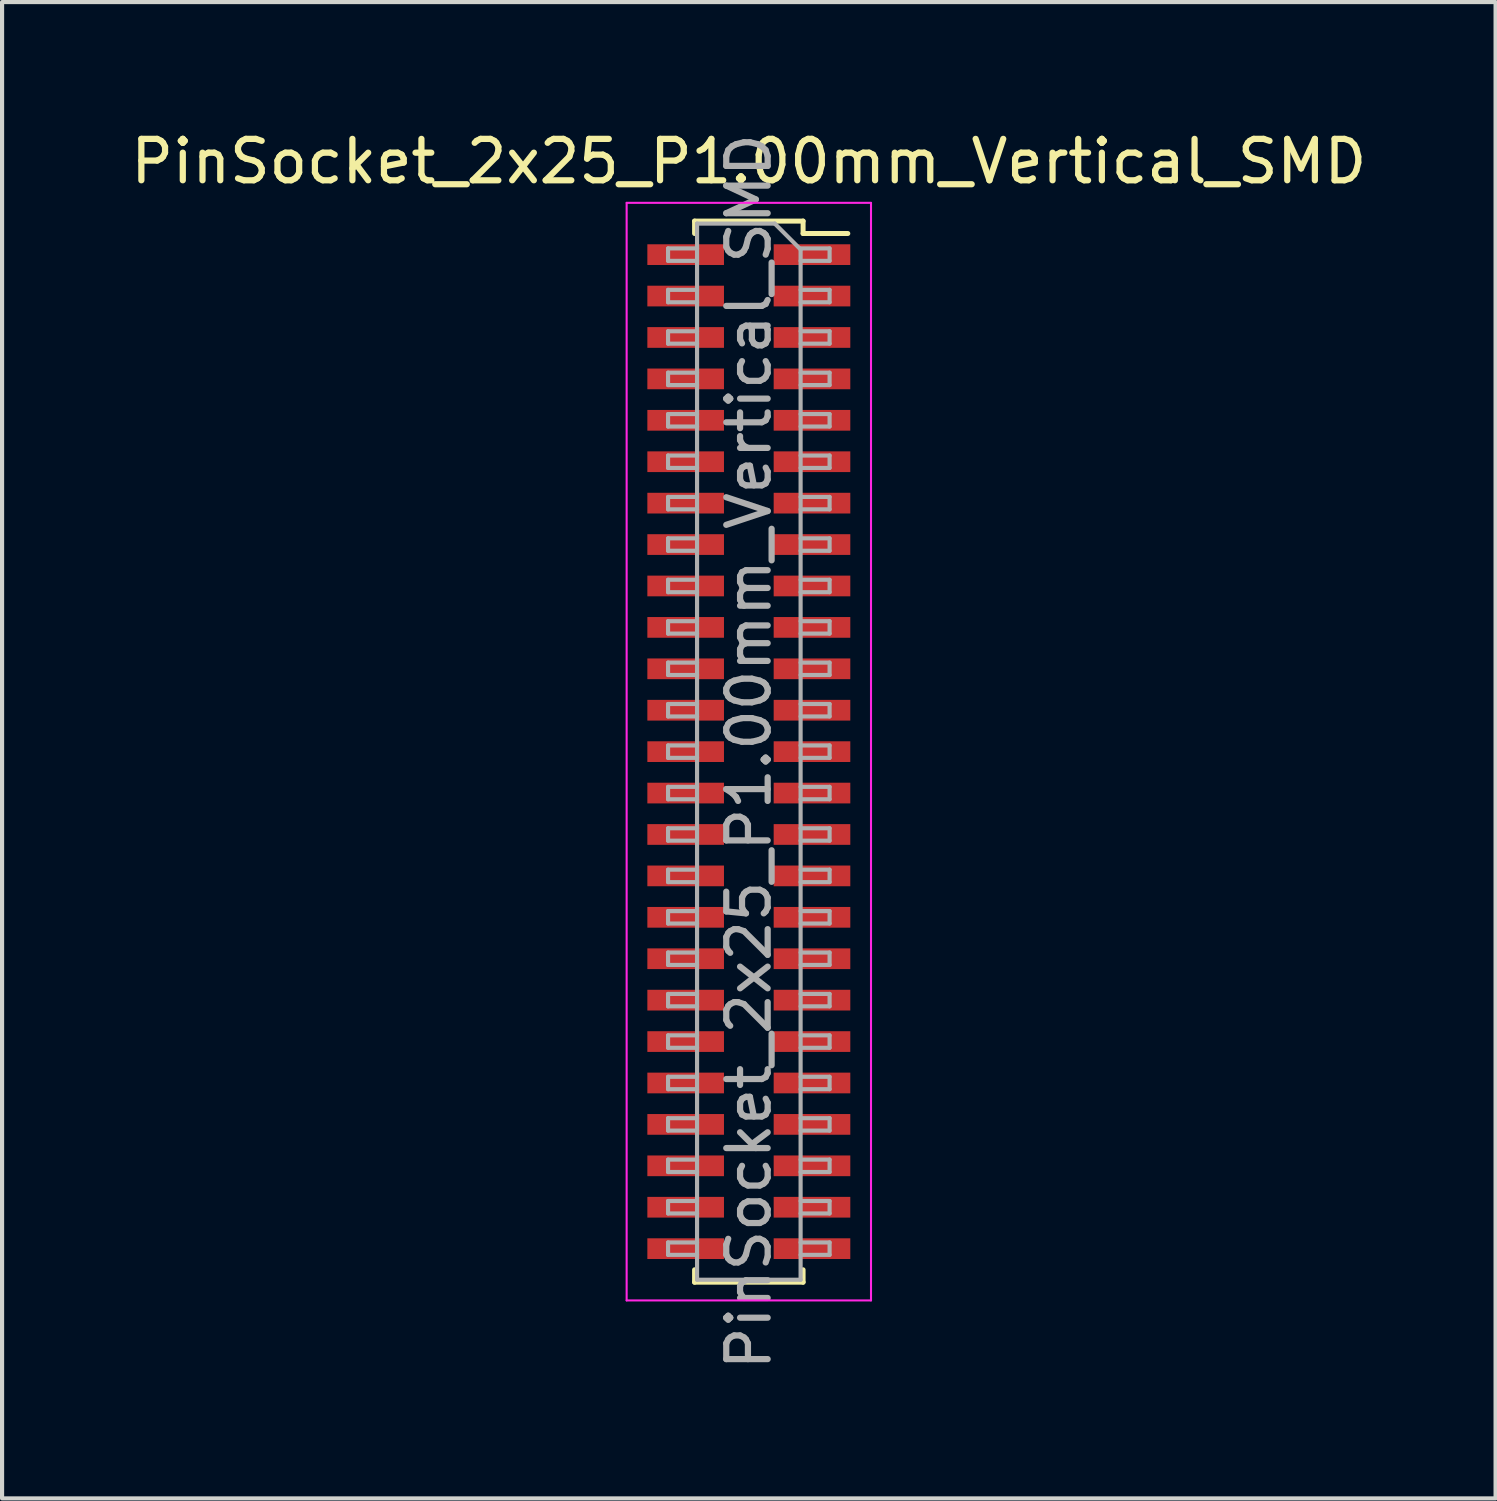
<source format=kicad_pcb>
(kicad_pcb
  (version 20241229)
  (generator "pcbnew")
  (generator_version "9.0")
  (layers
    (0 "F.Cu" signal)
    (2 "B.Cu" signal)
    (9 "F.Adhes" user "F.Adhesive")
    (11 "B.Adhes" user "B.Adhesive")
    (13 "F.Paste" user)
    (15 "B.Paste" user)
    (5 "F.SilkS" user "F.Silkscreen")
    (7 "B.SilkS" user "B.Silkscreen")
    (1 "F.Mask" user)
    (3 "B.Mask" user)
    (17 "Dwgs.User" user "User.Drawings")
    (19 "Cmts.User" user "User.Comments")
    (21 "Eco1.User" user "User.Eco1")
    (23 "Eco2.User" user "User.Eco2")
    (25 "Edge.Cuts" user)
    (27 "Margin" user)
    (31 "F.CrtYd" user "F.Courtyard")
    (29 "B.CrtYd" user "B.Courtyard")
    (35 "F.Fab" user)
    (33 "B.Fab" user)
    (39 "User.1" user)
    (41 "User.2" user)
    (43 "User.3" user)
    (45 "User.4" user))
  (footprint "PinSocket_2x25_P1.00mm_Vertical_SMD"
    (layer "F.Cu")
    (at 15.03 15.098)
    (property "Reference" "PinSocket_2x25_P1.00mm_Vertical_SMD" (at 0 -14.25 0) (layer "F.SilkS") (effects (font (size 1 1) (thickness 0.15))))
    (attr smd)
    (fp_line (start -1.31 -12.81) (end -1.31 -12.51) (stroke (width 0.12) (type solid)) (layer "F.SilkS"))
    (fp_line (start -1.31 -12.81) (end 1.31 -12.81) (stroke (width 0.12) (type solid)) (layer "F.SilkS"))
    (fp_line (start -1.31 12.51) (end -1.31 12.81) (stroke (width 0.12) (type solid)) (layer "F.SilkS"))
    (fp_line (start -1.31 12.81) (end 1.31 12.81) (stroke (width 0.12) (type solid)) (layer "F.SilkS"))
    (fp_line (start 1.31 -12.81) (end 1.31 -12.51) (stroke (width 0.12) (type solid)) (layer "F.SilkS"))
    (fp_line (start 1.31 -12.51) (end 2.39 -12.51) (stroke (width 0.12) (type solid)) (layer "F.SilkS"))
    (fp_line (start 1.31 12.51) (end 1.31 12.81) (stroke (width 0.12) (type solid)) (layer "F.SilkS"))
    (fp_line (start -2.95 -13.25) (end 2.95 -13.25) (stroke (width 0.05) (type solid)) (layer "F.CrtYd"))
    (fp_line (start -2.95 13.25) (end -2.95 -13.25) (stroke (width 0.05) (type solid)) (layer "F.CrtYd"))
    (fp_line (start 2.95 -13.25) (end 2.95 13.25) (stroke (width 0.05) (type solid)) (layer "F.CrtYd"))
    (fp_line (start 2.95 13.25) (end -2.95 13.25) (stroke (width 0.05) (type solid)) (layer "F.CrtYd"))
    (fp_line (start -1.95 -12.15) (end -1.25 -12.15) (stroke (width 0.1) (type solid)) (layer "F.Fab"))
    (fp_line (start -1.95 -11.85) (end -1.95 -12.15) (stroke (width 0.1) (type solid)) (layer "F.Fab"))
    (fp_line (start -1.95 -11.15) (end -1.25 -11.15) (stroke (width 0.1) (type solid)) (layer "F.Fab"))
    (fp_line (start -1.95 -10.85) (end -1.95 -11.15) (stroke (width 0.1) (type solid)) (layer "F.Fab"))
    (fp_line (start -1.95 -10.15) (end -1.25 -10.15) (stroke (width 0.1) (type solid)) (layer "F.Fab"))
    (fp_line (start -1.95 -9.85) (end -1.95 -10.15) (stroke (width 0.1) (type solid)) (layer "F.Fab"))
    (fp_line (start -1.95 -9.15) (end -1.25 -9.15) (stroke (width 0.1) (type solid)) (layer "F.Fab"))
    (fp_line (start -1.95 -8.85) (end -1.95 -9.15) (stroke (width 0.1) (type solid)) (layer "F.Fab"))
    (fp_line (start -1.95 -8.15) (end -1.25 -8.15) (stroke (width 0.1) (type solid)) (layer "F.Fab"))
    (fp_line (start -1.95 -7.85) (end -1.95 -8.15) (stroke (width 0.1) (type solid)) (layer "F.Fab"))
    (fp_line (start -1.95 -7.15) (end -1.25 -7.15) (stroke (width 0.1) (type solid)) (layer "F.Fab"))
    (fp_line (start -1.95 -6.85) (end -1.95 -7.15) (stroke (width 0.1) (type solid)) (layer "F.Fab"))
    (fp_line (start -1.95 -6.15) (end -1.25 -6.15) (stroke (width 0.1) (type solid)) (layer "F.Fab"))
    (fp_line (start -1.95 -5.85) (end -1.95 -6.15) (stroke (width 0.1) (type solid)) (layer "F.Fab"))
    (fp_line (start -1.95 -5.15) (end -1.25 -5.15) (stroke (width 0.1) (type solid)) (layer "F.Fab"))
    (fp_line (start -1.95 -4.85) (end -1.95 -5.15) (stroke (width 0.1) (type solid)) (layer "F.Fab"))
    (fp_line (start -1.95 -4.15) (end -1.25 -4.15) (stroke (width 0.1) (type solid)) (layer "F.Fab"))
    (fp_line (start -1.95 -3.85) (end -1.95 -4.15) (stroke (width 0.1) (type solid)) (layer "F.Fab"))
    (fp_line (start -1.95 -3.15) (end -1.25 -3.15) (stroke (width 0.1) (type solid)) (layer "F.Fab"))
    (fp_line (start -1.95 -2.85) (end -1.95 -3.15) (stroke (width 0.1) (type solid)) (layer "F.Fab"))
    (fp_line (start -1.95 -2.15) (end -1.25 -2.15) (stroke (width 0.1) (type solid)) (layer "F.Fab"))
    (fp_line (start -1.95 -1.85) (end -1.95 -2.15) (stroke (width 0.1) (type solid)) (layer "F.Fab"))
    (fp_line (start -1.95 -1.15) (end -1.25 -1.15) (stroke (width 0.1) (type solid)) (layer "F.Fab"))
    (fp_line (start -1.95 -0.85) (end -1.95 -1.15) (stroke (width 0.1) (type solid)) (layer "F.Fab"))
    (fp_line (start -1.95 -0.15) (end -1.25 -0.15) (stroke (width 0.1) (type solid)) (layer "F.Fab"))
    (fp_line (start -1.95 0.15) (end -1.95 -0.15) (stroke (width 0.1) (type solid)) (layer "F.Fab"))
    (fp_line (start -1.95 0.85) (end -1.25 0.85) (stroke (width 0.1) (type solid)) (layer "F.Fab"))
    (fp_line (start -1.95 1.15) (end -1.95 0.85) (stroke (width 0.1) (type solid)) (layer "F.Fab"))
    (fp_line (start -1.95 1.85) (end -1.25 1.85) (stroke (width 0.1) (type solid)) (layer "F.Fab"))
    (fp_line (start -1.95 2.15) (end -1.95 1.85) (stroke (width 0.1) (type solid)) (layer "F.Fab"))
    (fp_line (start -1.95 2.85) (end -1.25 2.85) (stroke (width 0.1) (type solid)) (layer "F.Fab"))
    (fp_line (start -1.95 3.15) (end -1.95 2.85) (stroke (width 0.1) (type solid)) (layer "F.Fab"))
    (fp_line (start -1.95 3.85) (end -1.25 3.85) (stroke (width 0.1) (type solid)) (layer "F.Fab"))
    (fp_line (start -1.95 4.15) (end -1.95 3.85) (stroke (width 0.1) (type solid)) (layer "F.Fab"))
    (fp_line (start -1.95 4.85) (end -1.25 4.85) (stroke (width 0.1) (type solid)) (layer "F.Fab"))
    (fp_line (start -1.95 5.15) (end -1.95 4.85) (stroke (width 0.1) (type solid)) (layer "F.Fab"))
    (fp_line (start -1.95 5.85) (end -1.25 5.85) (stroke (width 0.1) (type solid)) (layer "F.Fab"))
    (fp_line (start -1.95 6.15) (end -1.95 5.85) (stroke (width 0.1) (type solid)) (layer "F.Fab"))
    (fp_line (start -1.95 6.85) (end -1.25 6.85) (stroke (width 0.1) (type solid)) (layer "F.Fab"))
    (fp_line (start -1.95 7.15) (end -1.95 6.85) (stroke (width 0.1) (type solid)) (layer "F.Fab"))
    (fp_line (start -1.95 7.85) (end -1.25 7.85) (stroke (width 0.1) (type solid)) (layer "F.Fab"))
    (fp_line (start -1.95 8.15) (end -1.95 7.85) (stroke (width 0.1) (type solid)) (layer "F.Fab"))
    (fp_line (start -1.95 8.85) (end -1.25 8.85) (stroke (width 0.1) (type solid)) (layer "F.Fab"))
    (fp_line (start -1.95 9.15) (end -1.95 8.85) (stroke (width 0.1) (type solid)) (layer "F.Fab"))
    (fp_line (start -1.95 9.85) (end -1.25 9.85) (stroke (width 0.1) (type solid)) (layer "F.Fab"))
    (fp_line (start -1.95 10.15) (end -1.95 9.85) (stroke (width 0.1) (type solid)) (layer "F.Fab"))
    (fp_line (start -1.95 10.85) (end -1.25 10.85) (stroke (width 0.1) (type solid)) (layer "F.Fab"))
    (fp_line (start -1.95 11.15) (end -1.95 10.85) (stroke (width 0.1) (type solid)) (layer "F.Fab"))
    (fp_line (start -1.95 11.85) (end -1.25 11.85) (stroke (width 0.1) (type solid)) (layer "F.Fab"))
    (fp_line (start -1.95 12.15) (end -1.95 11.85) (stroke (width 0.1) (type solid)) (layer "F.Fab"))
    (fp_line (start -1.25 -12.75) (end 0.625 -12.75) (stroke (width 0.1) (type solid)) (layer "F.Fab"))
    (fp_line (start -1.25 -11.85) (end -1.95 -11.85) (stroke (width 0.1) (type solid)) (layer "F.Fab"))
    (fp_line (start -1.25 -10.85) (end -1.95 -10.85) (stroke (width 0.1) (type solid)) (layer "F.Fab"))
    (fp_line (start -1.25 -9.85) (end -1.95 -9.85) (stroke (width 0.1) (type solid)) (layer "F.Fab"))
    (fp_line (start -1.25 -8.85) (end -1.95 -8.85) (stroke (width 0.1) (type solid)) (layer "F.Fab"))
    (fp_line (start -1.25 -7.85) (end -1.95 -7.85) (stroke (width 0.1) (type solid)) (layer "F.Fab"))
    (fp_line (start -1.25 -6.85) (end -1.95 -6.85) (stroke (width 0.1) (type solid)) (layer "F.Fab"))
    (fp_line (start -1.25 -5.85) (end -1.95 -5.85) (stroke (width 0.1) (type solid)) (layer "F.Fab"))
    (fp_line (start -1.25 -4.85) (end -1.95 -4.85) (stroke (width 0.1) (type solid)) (layer "F.Fab"))
    (fp_line (start -1.25 -3.85) (end -1.95 -3.85) (stroke (width 0.1) (type solid)) (layer "F.Fab"))
    (fp_line (start -1.25 -2.85) (end -1.95 -2.85) (stroke (width 0.1) (type solid)) (layer "F.Fab"))
    (fp_line (start -1.25 -1.85) (end -1.95 -1.85) (stroke (width 0.1) (type solid)) (layer "F.Fab"))
    (fp_line (start -1.25 -0.85) (end -1.95 -0.85) (stroke (width 0.1) (type solid)) (layer "F.Fab"))
    (fp_line (start -1.25 0.15) (end -1.95 0.15) (stroke (width 0.1) (type solid)) (layer "F.Fab"))
    (fp_line (start -1.25 1.15) (end -1.95 1.15) (stroke (width 0.1) (type solid)) (layer "F.Fab"))
    (fp_line (start -1.25 2.15) (end -1.95 2.15) (stroke (width 0.1) (type solid)) (layer "F.Fab"))
    (fp_line (start -1.25 3.15) (end -1.95 3.15) (stroke (width 0.1) (type solid)) (layer "F.Fab"))
    (fp_line (start -1.25 4.15) (end -1.95 4.15) (stroke (width 0.1) (type solid)) (layer "F.Fab"))
    (fp_line (start -1.25 5.15) (end -1.95 5.15) (stroke (width 0.1) (type solid)) (layer "F.Fab"))
    (fp_line (start -1.25 6.15) (end -1.95 6.15) (stroke (width 0.1) (type solid)) (layer "F.Fab"))
    (fp_line (start -1.25 7.15) (end -1.95 7.15) (stroke (width 0.1) (type solid)) (layer "F.Fab"))
    (fp_line (start -1.25 8.15) (end -1.95 8.15) (stroke (width 0.1) (type solid)) (layer "F.Fab"))
    (fp_line (start -1.25 9.15) (end -1.95 9.15) (stroke (width 0.1) (type solid)) (layer "F.Fab"))
    (fp_line (start -1.25 10.15) (end -1.95 10.15) (stroke (width 0.1) (type solid)) (layer "F.Fab"))
    (fp_line (start -1.25 11.15) (end -1.95 11.15) (stroke (width 0.1) (type solid)) (layer "F.Fab"))
    (fp_line (start -1.25 12.15) (end -1.95 12.15) (stroke (width 0.1) (type solid)) (layer "F.Fab"))
    (fp_line (start -1.25 12.75) (end -1.25 -12.75) (stroke (width 0.1) (type solid)) (layer "F.Fab"))
    (fp_line (start 0.625 -12.75) (end 1.25 -12.125) (stroke (width 0.1) (type solid)) (layer "F.Fab"))
    (fp_line (start 1.25 -12.15) (end 1.95 -12.15) (stroke (width 0.1) (type solid)) (layer "F.Fab"))
    (fp_line (start 1.25 -12.125) (end 1.25 12.75) (stroke (width 0.1) (type solid)) (layer "F.Fab"))
    (fp_line (start 1.25 -11.15) (end 1.95 -11.15) (stroke (width 0.1) (type solid)) (layer "F.Fab"))
    (fp_line (start 1.25 -10.15) (end 1.95 -10.15) (stroke (width 0.1) (type solid)) (layer "F.Fab"))
    (fp_line (start 1.25 -9.15) (end 1.95 -9.15) (stroke (width 0.1) (type solid)) (layer "F.Fab"))
    (fp_line (start 1.25 -8.15) (end 1.95 -8.15) (stroke (width 0.1) (type solid)) (layer "F.Fab"))
    (fp_line (start 1.25 -7.15) (end 1.95 -7.15) (stroke (width 0.1) (type solid)) (layer "F.Fab"))
    (fp_line (start 1.25 -6.15) (end 1.95 -6.15) (stroke (width 0.1) (type solid)) (layer "F.Fab"))
    (fp_line (start 1.25 -5.15) (end 1.95 -5.15) (stroke (width 0.1) (type solid)) (layer "F.Fab"))
    (fp_line (start 1.25 -4.15) (end 1.95 -4.15) (stroke (width 0.1) (type solid)) (layer "F.Fab"))
    (fp_line (start 1.25 -3.15) (end 1.95 -3.15) (stroke (width 0.1) (type solid)) (layer "F.Fab"))
    (fp_line (start 1.25 -2.15) (end 1.95 -2.15) (stroke (width 0.1) (type solid)) (layer "F.Fab"))
    (fp_line (start 1.25 -1.15) (end 1.95 -1.15) (stroke (width 0.1) (type solid)) (layer "F.Fab"))
    (fp_line (start 1.25 -0.15) (end 1.95 -0.15) (stroke (width 0.1) (type solid)) (layer "F.Fab"))
    (fp_line (start 1.25 0.85) (end 1.95 0.85) (stroke (width 0.1) (type solid)) (layer "F.Fab"))
    (fp_line (start 1.25 1.85) (end 1.95 1.85) (stroke (width 0.1) (type solid)) (layer "F.Fab"))
    (fp_line (start 1.25 2.85) (end 1.95 2.85) (stroke (width 0.1) (type solid)) (layer "F.Fab"))
    (fp_line (start 1.25 3.85) (end 1.95 3.85) (stroke (width 0.1) (type solid)) (layer "F.Fab"))
    (fp_line (start 1.25 4.85) (end 1.95 4.85) (stroke (width 0.1) (type solid)) (layer "F.Fab"))
    (fp_line (start 1.25 5.85) (end 1.95 5.85) (stroke (width 0.1) (type solid)) (layer "F.Fab"))
    (fp_line (start 1.25 6.85) (end 1.95 6.85) (stroke (width 0.1) (type solid)) (layer "F.Fab"))
    (fp_line (start 1.25 7.85) (end 1.95 7.85) (stroke (width 0.1) (type solid)) (layer "F.Fab"))
    (fp_line (start 1.25 8.85) (end 1.95 8.85) (stroke (width 0.1) (type solid)) (layer "F.Fab"))
    (fp_line (start 1.25 9.85) (end 1.95 9.85) (stroke (width 0.1) (type solid)) (layer "F.Fab"))
    (fp_line (start 1.25 10.85) (end 1.95 10.85) (stroke (width 0.1) (type solid)) (layer "F.Fab"))
    (fp_line (start 1.25 11.85) (end 1.95 11.85) (stroke (width 0.1) (type solid)) (layer "F.Fab"))
    (fp_line (start 1.25 12.75) (end -1.25 12.75) (stroke (width 0.1) (type solid)) (layer "F.Fab"))
    (fp_line (start 1.95 -12.15) (end 1.95 -11.85) (stroke (width 0.1) (type solid)) (layer "F.Fab"))
    (fp_line (start 1.95 -11.85) (end 1.25 -11.85) (stroke (width 0.1) (type solid)) (layer "F.Fab"))
    (fp_line (start 1.95 -11.15) (end 1.95 -10.85) (stroke (width 0.1) (type solid)) (layer "F.Fab"))
    (fp_line (start 1.95 -10.85) (end 1.25 -10.85) (stroke (width 0.1) (type solid)) (layer "F.Fab"))
    (fp_line (start 1.95 -10.15) (end 1.95 -9.85) (stroke (width 0.1) (type solid)) (layer "F.Fab"))
    (fp_line (start 1.95 -9.85) (end 1.25 -9.85) (stroke (width 0.1) (type solid)) (layer "F.Fab"))
    (fp_line (start 1.95 -9.15) (end 1.95 -8.85) (stroke (width 0.1) (type solid)) (layer "F.Fab"))
    (fp_line (start 1.95 -8.85) (end 1.25 -8.85) (stroke (width 0.1) (type solid)) (layer "F.Fab"))
    (fp_line (start 1.95 -8.15) (end 1.95 -7.85) (stroke (width 0.1) (type solid)) (layer "F.Fab"))
    (fp_line (start 1.95 -7.85) (end 1.25 -7.85) (stroke (width 0.1) (type solid)) (layer "F.Fab"))
    (fp_line (start 1.95 -7.15) (end 1.95 -6.85) (stroke (width 0.1) (type solid)) (layer "F.Fab"))
    (fp_line (start 1.95 -6.85) (end 1.25 -6.85) (stroke (width 0.1) (type solid)) (layer "F.Fab"))
    (fp_line (start 1.95 -6.15) (end 1.95 -5.85) (stroke (width 0.1) (type solid)) (layer "F.Fab"))
    (fp_line (start 1.95 -5.85) (end 1.25 -5.85) (stroke (width 0.1) (type solid)) (layer "F.Fab"))
    (fp_line (start 1.95 -5.15) (end 1.95 -4.85) (stroke (width 0.1) (type solid)) (layer "F.Fab"))
    (fp_line (start 1.95 -4.85) (end 1.25 -4.85) (stroke (width 0.1) (type solid)) (layer "F.Fab"))
    (fp_line (start 1.95 -4.15) (end 1.95 -3.85) (stroke (width 0.1) (type solid)) (layer "F.Fab"))
    (fp_line (start 1.95 -3.85) (end 1.25 -3.85) (stroke (width 0.1) (type solid)) (layer "F.Fab"))
    (fp_line (start 1.95 -3.15) (end 1.95 -2.85) (stroke (width 0.1) (type solid)) (layer "F.Fab"))
    (fp_line (start 1.95 -2.85) (end 1.25 -2.85) (stroke (width 0.1) (type solid)) (layer "F.Fab"))
    (fp_line (start 1.95 -2.15) (end 1.95 -1.85) (stroke (width 0.1) (type solid)) (layer "F.Fab"))
    (fp_line (start 1.95 -1.85) (end 1.25 -1.85) (stroke (width 0.1) (type solid)) (layer "F.Fab"))
    (fp_line (start 1.95 -1.15) (end 1.95 -0.85) (stroke (width 0.1) (type solid)) (layer "F.Fab"))
    (fp_line (start 1.95 -0.85) (end 1.25 -0.85) (stroke (width 0.1) (type solid)) (layer "F.Fab"))
    (fp_line (start 1.95 -0.15) (end 1.95 0.15) (stroke (width 0.1) (type solid)) (layer "F.Fab"))
    (fp_line (start 1.95 0.15) (end 1.25 0.15) (stroke (width 0.1) (type solid)) (layer "F.Fab"))
    (fp_line (start 1.95 0.85) (end 1.95 1.15) (stroke (width 0.1) (type solid)) (layer "F.Fab"))
    (fp_line (start 1.95 1.15) (end 1.25 1.15) (stroke (width 0.1) (type solid)) (layer "F.Fab"))
    (fp_line (start 1.95 1.85) (end 1.95 2.15) (stroke (width 0.1) (type solid)) (layer "F.Fab"))
    (fp_line (start 1.95 2.15) (end 1.25 2.15) (stroke (width 0.1) (type solid)) (layer "F.Fab"))
    (fp_line (start 1.95 2.85) (end 1.95 3.15) (stroke (width 0.1) (type solid)) (layer "F.Fab"))
    (fp_line (start 1.95 3.15) (end 1.25 3.15) (stroke (width 0.1) (type solid)) (layer "F.Fab"))
    (fp_line (start 1.95 3.85) (end 1.95 4.15) (stroke (width 0.1) (type solid)) (layer "F.Fab"))
    (fp_line (start 1.95 4.15) (end 1.25 4.15) (stroke (width 0.1) (type solid)) (layer "F.Fab"))
    (fp_line (start 1.95 4.85) (end 1.95 5.15) (stroke (width 0.1) (type solid)) (layer "F.Fab"))
    (fp_line (start 1.95 5.15) (end 1.25 5.15) (stroke (width 0.1) (type solid)) (layer "F.Fab"))
    (fp_line (start 1.95 5.85) (end 1.95 6.15) (stroke (width 0.1) (type solid)) (layer "F.Fab"))
    (fp_line (start 1.95 6.15) (end 1.25 6.15) (stroke (width 0.1) (type solid)) (layer "F.Fab"))
    (fp_line (start 1.95 6.85) (end 1.95 7.15) (stroke (width 0.1) (type solid)) (layer "F.Fab"))
    (fp_line (start 1.95 7.15) (end 1.25 7.15) (stroke (width 0.1) (type solid)) (layer "F.Fab"))
    (fp_line (start 1.95 7.85) (end 1.95 8.15) (stroke (width 0.1) (type solid)) (layer "F.Fab"))
    (fp_line (start 1.95 8.15) (end 1.25 8.15) (stroke (width 0.1) (type solid)) (layer "F.Fab"))
    (fp_line (start 1.95 8.85) (end 1.95 9.15) (stroke (width 0.1) (type solid)) (layer "F.Fab"))
    (fp_line (start 1.95 9.15) (end 1.25 9.15) (stroke (width 0.1) (type solid)) (layer "F.Fab"))
    (fp_line (start 1.95 9.85) (end 1.95 10.15) (stroke (width 0.1) (type solid)) (layer "F.Fab"))
    (fp_line (start 1.95 10.15) (end 1.25 10.15) (stroke (width 0.1) (type solid)) (layer "F.Fab"))
    (fp_line (start 1.95 10.85) (end 1.95 11.15) (stroke (width 0.1) (type solid)) (layer "F.Fab"))
    (fp_line (start 1.95 11.15) (end 1.25 11.15) (stroke (width 0.1) (type solid)) (layer "F.Fab"))
    (fp_line (start 1.95 11.85) (end 1.95 12.15) (stroke (width 0.1) (type solid)) (layer "F.Fab"))
    (fp_line (start 1.95 12.15) (end 1.25 12.15) (stroke (width 0.1) (type solid)) (layer "F.Fab"))
    (fp_text user "${REFERENCE}" (at 0 0 90) (layer "F.Fab") (effects (font (size 1 1) (thickness 0.15))))
    (pad "1" smd rect (at 1.525 -12) (size 1.85 0.5) (layers "F.Cu" "F.Mask" "F.Paste"))
    (pad "2" smd rect (at -1.525 -12) (size 1.85 0.5) (layers "F.Cu" "F.Mask" "F.Paste"))
    (pad "3" smd rect (at 1.525 -11) (size 1.85 0.5) (layers "F.Cu" "F.Mask" "F.Paste"))
    (pad "4" smd rect (at -1.525 -11) (size 1.85 0.5) (layers "F.Cu" "F.Mask" "F.Paste"))
    (pad "5" smd rect (at 1.525 -10) (size 1.85 0.5) (layers "F.Cu" "F.Mask" "F.Paste"))
    (pad "6" smd rect (at -1.525 -10) (size 1.85 0.5) (layers "F.Cu" "F.Mask" "F.Paste"))
    (pad "7" smd rect (at 1.525 -9) (size 1.85 0.5) (layers "F.Cu" "F.Mask" "F.Paste"))
    (pad "8" smd rect (at -1.525 -9) (size 1.85 0.5) (layers "F.Cu" "F.Mask" "F.Paste"))
    (pad "9" smd rect (at 1.525 -8) (size 1.85 0.5) (layers "F.Cu" "F.Mask" "F.Paste"))
    (pad "10" smd rect (at -1.525 -8) (size 1.85 0.5) (layers "F.Cu" "F.Mask" "F.Paste"))
    (pad "11" smd rect (at 1.525 -7) (size 1.85 0.5) (layers "F.Cu" "F.Mask" "F.Paste"))
    (pad "12" smd rect (at -1.525 -7) (size 1.85 0.5) (layers "F.Cu" "F.Mask" "F.Paste"))
    (pad "13" smd rect (at 1.525 -6) (size 1.85 0.5) (layers "F.Cu" "F.Mask" "F.Paste"))
    (pad "14" smd rect (at -1.525 -6) (size 1.85 0.5) (layers "F.Cu" "F.Mask" "F.Paste"))
    (pad "15" smd rect (at 1.525 -5) (size 1.85 0.5) (layers "F.Cu" "F.Mask" "F.Paste"))
    (pad "16" smd rect (at -1.525 -5) (size 1.85 0.5) (layers "F.Cu" "F.Mask" "F.Paste"))
    (pad "17" smd rect (at 1.525 -4) (size 1.85 0.5) (layers "F.Cu" "F.Mask" "F.Paste"))
    (pad "18" smd rect (at -1.525 -4) (size 1.85 0.5) (layers "F.Cu" "F.Mask" "F.Paste"))
    (pad "19" smd rect (at 1.525 -3) (size 1.85 0.5) (layers "F.Cu" "F.Mask" "F.Paste"))
    (pad "20" smd rect (at -1.525 -3) (size 1.85 0.5) (layers "F.Cu" "F.Mask" "F.Paste"))
    (pad "21" smd rect (at 1.525 -2) (size 1.85 0.5) (layers "F.Cu" "F.Mask" "F.Paste"))
    (pad "22" smd rect (at -1.525 -2) (size 1.85 0.5) (layers "F.Cu" "F.Mask" "F.Paste"))
    (pad "23" smd rect (at 1.525 -1) (size 1.85 0.5) (layers "F.Cu" "F.Mask" "F.Paste"))
    (pad "24" smd rect (at -1.525 -1) (size 1.85 0.5) (layers "F.Cu" "F.Mask" "F.Paste"))
    (pad "25" smd rect (at 1.525 0) (size 1.85 0.5) (layers "F.Cu" "F.Mask" "F.Paste"))
    (pad "26" smd rect (at -1.525 0) (size 1.85 0.5) (layers "F.Cu" "F.Mask" "F.Paste"))
    (pad "27" smd rect (at 1.525 1) (size 1.85 0.5) (layers "F.Cu" "F.Mask" "F.Paste"))
    (pad "28" smd rect (at -1.525 1) (size 1.85 0.5) (layers "F.Cu" "F.Mask" "F.Paste"))
    (pad "29" smd rect (at 1.525 2) (size 1.85 0.5) (layers "F.Cu" "F.Mask" "F.Paste"))
    (pad "30" smd rect (at -1.525 2) (size 1.85 0.5) (layers "F.Cu" "F.Mask" "F.Paste"))
    (pad "31" smd rect (at 1.525 3) (size 1.85 0.5) (layers "F.Cu" "F.Mask" "F.Paste"))
    (pad "32" smd rect (at -1.525 3) (size 1.85 0.5) (layers "F.Cu" "F.Mask" "F.Paste"))
    (pad "33" smd rect (at 1.525 4) (size 1.85 0.5) (layers "F.Cu" "F.Mask" "F.Paste"))
    (pad "34" smd rect (at -1.525 4) (size 1.85 0.5) (layers "F.Cu" "F.Mask" "F.Paste"))
    (pad "35" smd rect (at 1.525 5) (size 1.85 0.5) (layers "F.Cu" "F.Mask" "F.Paste"))
    (pad "36" smd rect (at -1.525 5) (size 1.85 0.5) (layers "F.Cu" "F.Mask" "F.Paste"))
    (pad "37" smd rect (at 1.525 6) (size 1.85 0.5) (layers "F.Cu" "F.Mask" "F.Paste"))
    (pad "38" smd rect (at -1.525 6) (size 1.85 0.5) (layers "F.Cu" "F.Mask" "F.Paste"))
    (pad "39" smd rect (at 1.525 7) (size 1.85 0.5) (layers "F.Cu" "F.Mask" "F.Paste"))
    (pad "40" smd rect (at -1.525 7) (size 1.85 0.5) (layers "F.Cu" "F.Mask" "F.Paste"))
    (pad "41" smd rect (at 1.525 8) (size 1.85 0.5) (layers "F.Cu" "F.Mask" "F.Paste"))
    (pad "42" smd rect (at -1.525 8) (size 1.85 0.5) (layers "F.Cu" "F.Mask" "F.Paste"))
    (pad "43" smd rect (at 1.525 9) (size 1.85 0.5) (layers "F.Cu" "F.Mask" "F.Paste"))
    (pad "44" smd rect (at -1.525 9) (size 1.85 0.5) (layers "F.Cu" "F.Mask" "F.Paste"))
    (pad "45" smd rect (at 1.525 10) (size 1.85 0.5) (layers "F.Cu" "F.Mask" "F.Paste"))
    (pad "46" smd rect (at -1.525 10) (size 1.85 0.5) (layers "F.Cu" "F.Mask" "F.Paste"))
    (pad "47" smd rect (at 1.525 11) (size 1.85 0.5) (layers "F.Cu" "F.Mask" "F.Paste"))
    (pad "48" smd rect (at -1.525 11) (size 1.85 0.5) (layers "F.Cu" "F.Mask" "F.Paste"))
    (pad "49" smd rect (at 1.525 12) (size 1.85 0.5) (layers "F.Cu" "F.Mask" "F.Paste"))
    (pad "50" smd rect (at -1.525 12) (size 1.85 0.5) (layers "F.Cu" "F.Mask" "F.Paste")))
  (gr_rect
    (start -3 -3)
    (end 33.06 33.128)
    (stroke (width 0.1) (type default))
    (fill no)
    (layer "Edge.Cuts")))
</source>
